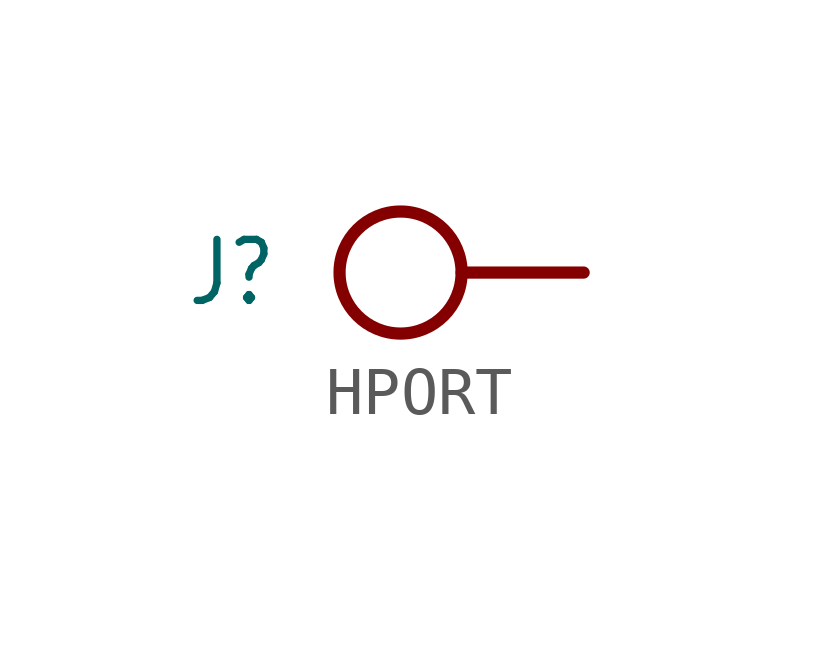
<source format=kicad_sym>
(kicad_symbol_lib
  (version 20201005)
  (generator kicad_symbol_editor)
  (symbol "HPORT"
    (property "Reference" "J"
      (at -6.35 0 0)
      (effects (font (size 1.27 1.079)) (justify right)))
    (property "ki_locked" ""
      (at 0 0 0)
      (effects (font (size 1.27 1.27))))
    (symbol "HPORT_1_0"
      (circle (center -3.81 0) (radius 1.27) (stroke (width 0.254)) (fill (type none)))
      (polyline (pts (xy 0 0) (xy -2.54 0)) (stroke (width 0.254)) (fill (type none)))
      (pin passive line (at 0 0 0) (length 0) (name "P$1" (effects (font (size 0 0)))) (number "1" (effects (font (size 0 0))))))))
</source>
